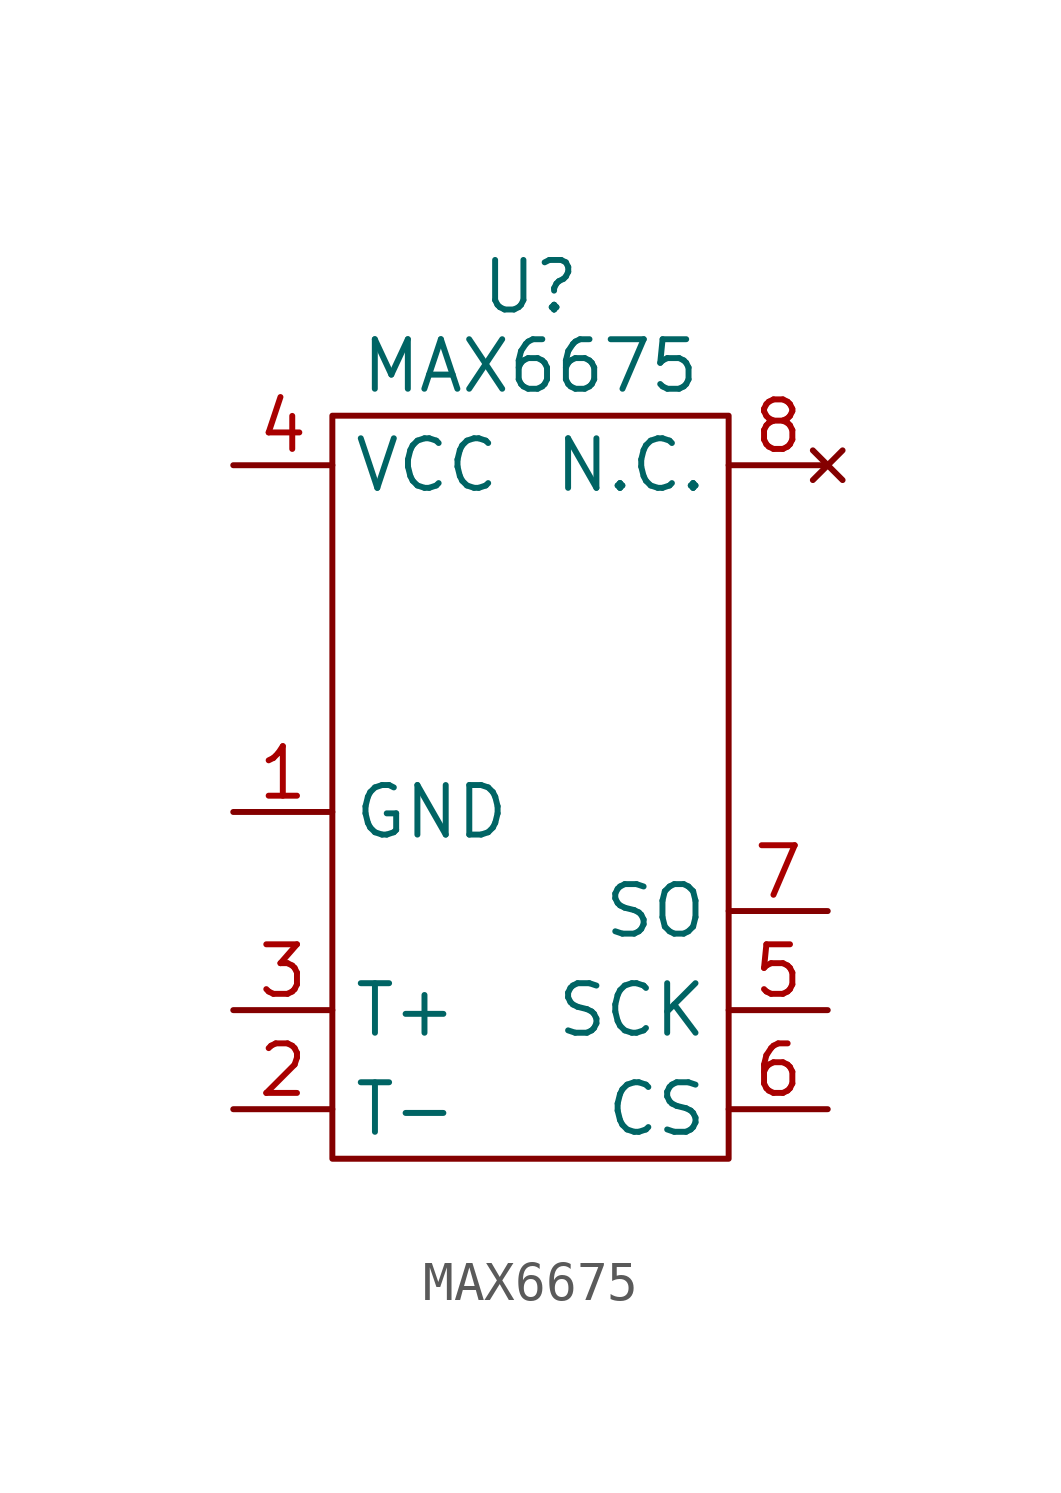
<source format=kicad_sym>
(kicad_symbol_lib
  (version 20231120)
  (generator "kicad_symbol_editor")
  (generator_version "8.0")
  (symbol "MAX6675"
    (property "Reference" "U"
      (at 0 13.462 0)
      (effects (font (size 1.27 1.27))))
    (property "Value" "MAX6675"
      (at 0 11.43 0)
      (effects (font (size 1.27 1.27))))
    (symbol "MAX6675_0_1"
      (rectangle (start -5.08 10.16) (end 5.08 -8.89) (stroke (width 0) (type default)) (fill (type none))))
    (symbol "MAX6675_1_1"
      (pin power_in line (at -7.62 0 0) (length 2.54) (name "GND" (effects (font (size 1.27 1.27)))) (number "1" (effects (font (size 1.27 1.27)))))
      (pin unspecified line (at -7.62 -7.62 0) (length 2.54) (name "T-" (effects (font (size 1.27 1.27)))) (number "2" (effects (font (size 1.27 1.27)))))
      (pin unspecified line (at -7.62 -5.08 0) (length 2.54) (name "T+" (effects (font (size 1.27 1.27)))) (number "3" (effects (font (size 1.27 1.27)))))
      (pin power_in line (at -7.62 8.89 0) (length 2.54) (name "VCC" (effects (font (size 1.27 1.27)))) (number "4" (effects (font (size 1.27 1.27)))))
      (pin input line (at 7.62 -5.08 180) (length 2.54) (name "SCK" (effects (font (size 1.27 1.27)))) (number "5" (effects (font (size 1.27 1.27)))))
      (pin input line (at 7.62 -7.62 180) (length 2.54) (name "CS" (effects (font (size 1.27 1.27)))) (number "6" (effects (font (size 1.27 1.27)))))
      (pin output line (at 7.62 -2.54 180) (length 2.54) (name "SO" (effects (font (size 1.27 1.27)))) (number "7" (effects (font (size 1.27 1.27)))))
      (pin no_connect line (at 7.62 8.89 180) (length 2.54) (name "N.C." (effects (font (size 1.27 1.27)))) (number "8" (effects (font (size 1.27 1.27))))))))
</source>
